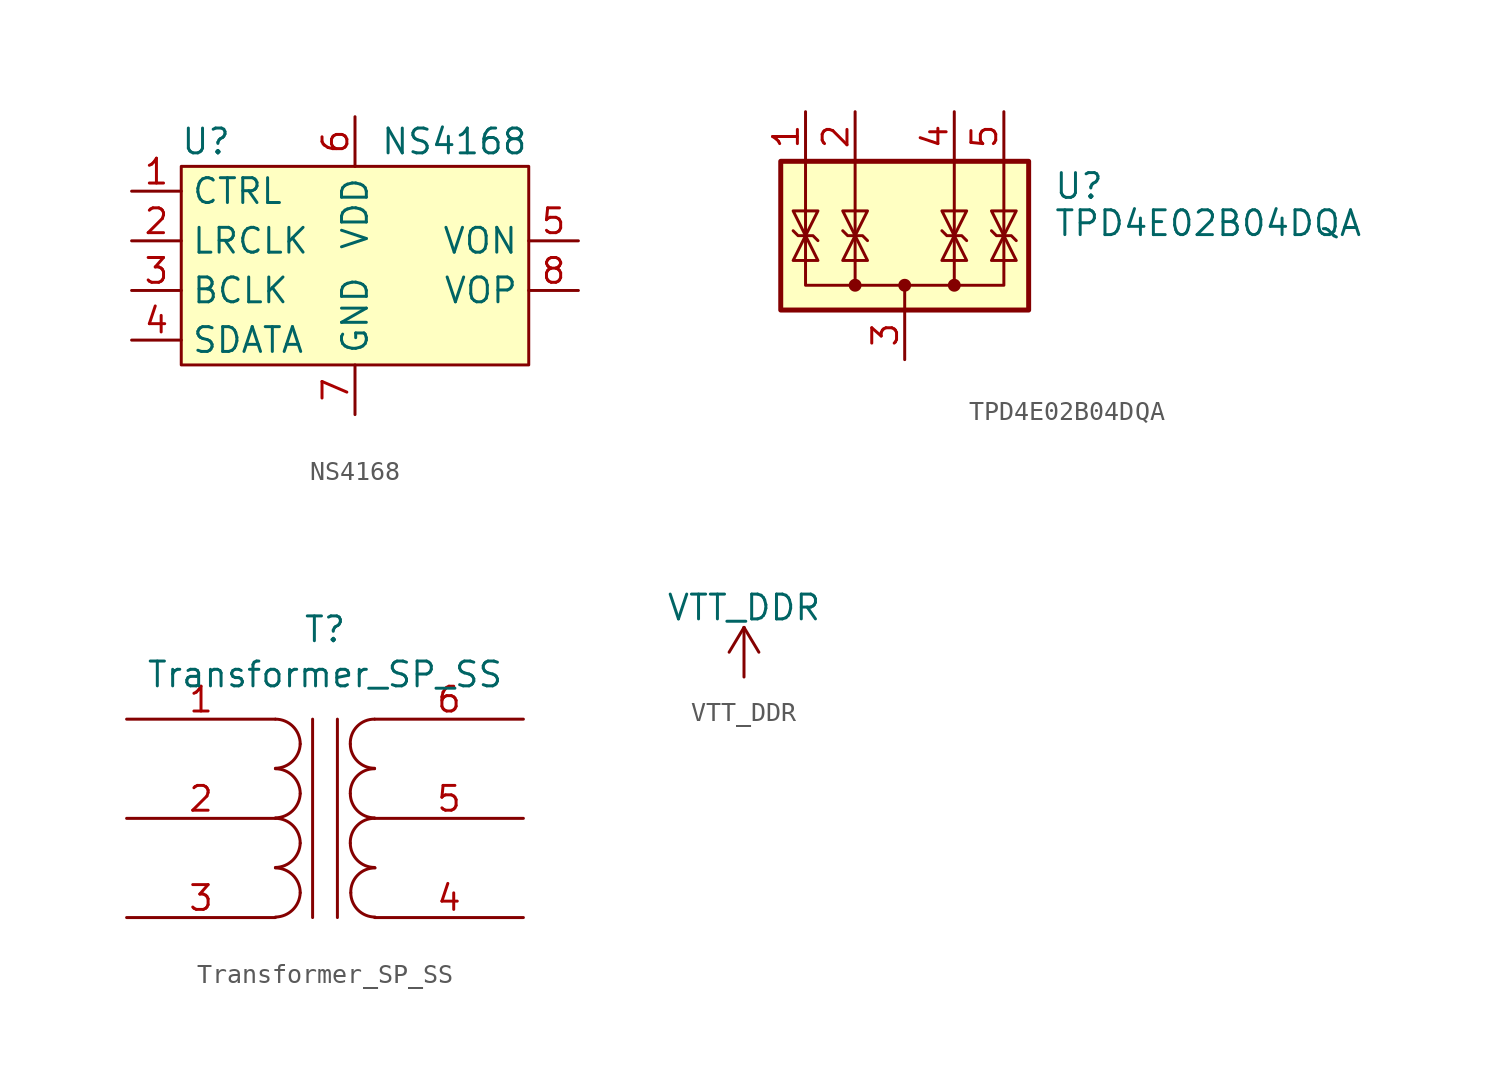
<source format=kicad_sym>
(kicad_symbol_lib
  (version 20211014)
  (generator kicad_symbol_editor)
  (symbol "NS4168"
    (property "Reference" "U"
      (at -7.62 6.35 0)
      (effects (font (size 1.27 1.27))))
    (property "Value" "NS4168"
      (at 5.08 6.35 0)
      (effects (font (size 1.27 1.27))))
    (symbol "NS4168_0_1"
      (rectangle (start -8.89 5.08) (end 8.89 -5.08) (stroke (width 0) (type default) (color 0 0 0 0)) (fill (type background))))
    (symbol "NS4168_1_1"
      (pin input line (at -11.43 3.81 0) (length 2.54) (name "CTRL" (effects (font (size 1.27 1.27)))) (number "1" (effects (font (size 1.27 1.27)))))
      (pin input line (at -11.43 1.27 0) (length 2.54) (name "LRCLK" (effects (font (size 1.27 1.27)))) (number "2" (effects (font (size 1.27 1.27)))))
      (pin input line (at -11.43 -1.27 0) (length 2.54) (name "BCLK" (effects (font (size 1.27 1.27)))) (number "3" (effects (font (size 1.27 1.27)))))
      (pin input line (at -11.43 -3.81 0) (length 2.54) (name "SDATA" (effects (font (size 1.27 1.27)))) (number "4" (effects (font (size 1.27 1.27)))))
      (pin output line (at 11.43 1.27 180) (length 2.54) (name "VON" (effects (font (size 1.27 1.27)))) (number "5" (effects (font (size 1.27 1.27)))))
      (pin power_in line (at 0 7.62 270) (length 2.54) (name "VDD" (effects (font (size 1.27 1.27)))) (number "6" (effects (font (size 1.27 1.27)))))
      (pin power_in line (at 0 -7.62 90) (length 2.54) (name "GND" (effects (font (size 1.27 1.27)))) (number "7" (effects (font (size 1.27 1.27)))))
      (pin output line (at 11.43 -1.27 180) (length 2.54) (name "VOP" (effects (font (size 1.27 1.27)))) (number "8" (effects (font (size 1.27 1.27)))))
      (pin power_in line (at 0 -7.62 90) (length 2.54) hide (name "GND" (effects (font (size 1.27 1.27)))) (number "9" (effects (font (size 1.27 1.27)))))))
  (symbol "TPD4E02B04DQA"
    (pin_names hide)
    (property "Reference" "U"
      (at 7.62 3.81 0)
      (effects (font (size 1.27 1.27)) (justify left)))
    (property "Value" "TPD4E02B04DQA"
      (at 7.62 1.905 0)
      (effects (font (size 1.27 1.27)) (justify left)))
    (symbol "TPD4E02B04DQA_0_0"
      (pin passive line (at 0 -5.08 90) (length 2.54) (name "G" (effects (font (size 1.27 1.27)))) (number "3" (effects (font (size 1.27 1.27))))))
    (symbol "TPD4E02B04DQA_0_1"
      (rectangle (start -6.35 5.08) (end 6.35 -2.54) (stroke (width 0.254) (type default) (color 0 0 0 0)) (fill (type background)))
      (circle (center 0 -1.27) (radius 0.254) (stroke (width 0) (type default) (color 0 0 0 0)) (fill (type outline)))
      (polyline (pts (xy -2.54 5.08) (xy -2.54 -1.27)) (stroke (width 0) (type default) (color 0 0 0 0)) (fill (type none)))
      (polyline (pts (xy 0 -1.27) (xy 0 -2.54)) (stroke (width 0) (type default) (color 0 0 0 0)) (fill (type none)))
      (polyline (pts (xy 2.54 5.08) (xy 2.54 -1.27)) (stroke (width 0) (type default) (color 0 0 0 0)) (fill (type none)))
      (polyline (pts (xy -5.08 5.08) (xy -5.08 -1.27) (xy 5.08 -1.27) (xy 5.08 5.08)) (stroke (width 0) (type default) (color 0 0 0 0)) (fill (type none)))
      (polyline (pts (xy -4.445 0) (xy -5.715 0) (xy -5.08 1.27) (xy -4.445 0)) (stroke (width 0) (type default) (color 0 0 0 0)) (fill (type none)))
      (polyline (pts (xy -3.175 1.524) (xy -2.921 1.27) (xy -2.159 1.27) (xy -1.905 1.016)) (stroke (width 0) (type default) (color 0 0 0 0)) (fill (type none)))
      (polyline (pts (xy -2.54 1.27) (xy -1.905 0) (xy -3.175 0) (xy -2.54 1.27)) (stroke (width 0) (type default) (color 0 0 0 0)) (fill (type none)))
      (polyline (pts (xy 2.54 1.27) (xy 1.905 0) (xy 3.175 0) (xy 2.54 1.27)) (stroke (width 0) (type default) (color 0 0 0 0)) (fill (type none)))
      (polyline (pts (xy 5.08 1.27) (xy 4.445 0) (xy 5.715 0) (xy 5.08 1.27)) (stroke (width 0) (type default) (color 0 0 0 0)) (fill (type none)))
      (circle (center 2.54 -1.27) (radius 0.254) (stroke (width 0) (type default) (color 0 0 0 0)) (fill (type outline))))
    (symbol "TPD4E02B04DQA_1_1"
      (circle (center -2.54 -1.27) (radius 0.254) (stroke (width 0) (type default) (color 0 0 0 0)) (fill (type outline)))
      (polyline (pts (xy -5.715 1.524) (xy -5.461 1.27) (xy -4.699 1.27) (xy -4.445 1.016)) (stroke (width 0) (type default) (color 0 0 0 0)) (fill (type none)))
      (polyline (pts (xy -5.08 1.27) (xy -5.715 2.54) (xy -4.445 2.54) (xy -5.08 1.27)) (stroke (width 0) (type default) (color 0 0 0 0)) (fill (type none)))
      (polyline (pts (xy -2.54 1.27) (xy -3.175 2.54) (xy -1.905 2.54) (xy -2.54 1.27)) (stroke (width 0) (type default) (color 0 0 0 0)) (fill (type none)))
      (polyline (pts (xy 1.905 1.524) (xy 2.159 1.27) (xy 2.921 1.27) (xy 3.175 1.016)) (stroke (width 0) (type default) (color 0 0 0 0)) (fill (type none)))
      (polyline (pts (xy 2.54 1.27) (xy 1.905 2.54) (xy 3.175 2.54) (xy 2.54 1.27)) (stroke (width 0) (type default) (color 0 0 0 0)) (fill (type none)))
      (polyline (pts (xy 4.445 1.524) (xy 4.699 1.27) (xy 5.461 1.27) (xy 5.715 1.016)) (stroke (width 0) (type default) (color 0 0 0 0)) (fill (type none)))
      (polyline (pts (xy 5.08 1.27) (xy 4.445 2.54) (xy 5.715 2.54) (xy 5.08 1.27)) (stroke (width 0) (type default) (color 0 0 0 0)) (fill (type none)))
      (pin passive line (at -5.08 7.62 270) (length 2.54) (name "IO1" (effects (font (size 1.27 1.27)))) (number "1" (effects (font (size 1.27 1.27)))))
      (pin passive line (at -5.08 7.62 270) (length 2.54) hide (name "IO1" (effects (font (size 1.27 1.27)))) (number "10" (effects (font (size 1.27 1.27)))))
      (pin passive line (at -2.54 7.62 270) (length 2.54) (name "IO2" (effects (font (size 1.27 1.27)))) (number "2" (effects (font (size 1.27 1.27)))))
      (pin passive line (at 2.54 7.62 270) (length 2.54) (name "IO3" (effects (font (size 1.27 1.27)))) (number "4" (effects (font (size 1.27 1.27)))))
      (pin passive line (at 5.08 7.62 270) (length 2.54) (name "IO4" (effects (font (size 1.27 1.27)))) (number "5" (effects (font (size 1.27 1.27)))))
      (pin passive line (at 5.08 7.62 270) (length 2.54) hide (name "IO4" (effects (font (size 1.27 1.27)))) (number "6" (effects (font (size 1.27 1.27)))))
      (pin passive line (at 2.54 7.62 270) (length 2.54) hide (name "IO3" (effects (font (size 1.27 1.27)))) (number "7" (effects (font (size 1.27 1.27)))))
      (pin passive line (at 0 -5.08 90) (length 2.54) hide (name "G" (effects (font (size 1.27 1.27)))) (number "8" (effects (font (size 1.27 1.27)))))
      (pin passive line (at -2.54 7.62 270) (length 2.54) hide (name "IO2" (effects (font (size 1.27 1.27)))) (number "9" (effects (font (size 1.27 1.27)))))))
  (symbol "Transformer_SP_SS"
    (pin_names
      (offset 1.016) hide)
    (property "Reference" "T"
      (at 0 9.677 0)
      (effects (font (size 1.27 1.27))))
    (property "Value" "Transformer_SP_SS"
      (at 0 7.366 0)
      (effects (font (size 1.27 1.27))))
    (symbol "Transformer_SP_SS_0_1"
      (arc (start -2.54 -5.0546) (mid -1.6561 -4.6863) (end -1.27 -3.81) (stroke (width 0) (type default) (color 0 0 0 0)) (fill (type none)))
      (arc (start -2.54 -2.5146) (mid -1.6561 -2.1463) (end -1.27 -1.27) (stroke (width 0) (type default) (color 0 0 0 0)) (fill (type none)))
      (arc (start -2.54 0.0254) (mid -1.6561 0.3937) (end -1.27 1.27) (stroke (width 0) (type default) (color 0 0 0 0)) (fill (type none)))
      (arc (start -2.54 2.5654) (mid -1.6561 2.9337) (end -1.27 3.81) (stroke (width 0) (type default) (color 0 0 0 0)) (fill (type none)))
      (arc (start -1.27 -3.81) (mid -1.642 -2.912) (end -2.54 -2.54) (stroke (width 0) (type default) (color 0 0 0 0)) (fill (type none)))
      (arc (start -1.27 -1.27) (mid -1.642 -0.372) (end -2.54 0) (stroke (width 0) (type default) (color 0 0 0 0)) (fill (type none)))
      (arc (start -1.27 1.27) (mid -1.642 2.168) (end -2.54 2.54) (stroke (width 0) (type default) (color 0 0 0 0)) (fill (type none)))
      (arc (start -1.27 3.81) (mid -1.642 4.708) (end -2.54 5.08) (stroke (width 0) (type default) (color 0 0 0 0)) (fill (type none)))
      (polyline (pts (xy -0.635 5.08) (xy -0.635 -5.08)) (stroke (width 0) (type default) (color 0 0 0 0)) (fill (type none)))
      (polyline (pts (xy 0.635 -5.08) (xy 0.635 5.08)) (stroke (width 0) (type default) (color 0 0 0 0)) (fill (type none)))
      (arc (start 1.2954 -1.27) (mid 1.6599 -2.1501) (end 2.54 -2.5146) (stroke (width 0) (type default) (color 0 0 0 0)) (fill (type none)))
      (arc (start 1.2954 1.27) (mid 1.6599 0.3899) (end 2.54 0.0254) (stroke (width 0) (type default) (color 0 0 0 0)) (fill (type none)))
      (arc (start 1.2954 3.81) (mid 1.6599 2.9299) (end 2.54 2.5654) (stroke (width 0) (type default) (color 0 0 0 0)) (fill (type none)))
      (arc (start 1.3208 -3.81) (mid 1.6853 -4.6901) (end 2.5654 -5.0546) (stroke (width 0) (type default) (color 0 0 0 0)) (fill (type none)))
      (arc (start 2.54 0) (mid 1.6456 -0.3683) (end 1.2954 -1.27) (stroke (width 0) (type default) (color 0 0 0 0)) (fill (type none)))
      (arc (start 2.54 2.54) (mid 1.6456 2.1717) (end 1.2954 1.27) (stroke (width 0) (type default) (color 0 0 0 0)) (fill (type none)))
      (arc (start 2.54 5.08) (mid 1.6456 4.7117) (end 1.2954 3.81) (stroke (width 0) (type default) (color 0 0 0 0)) (fill (type none)))
      (arc (start 2.5654 -2.54) (mid 1.671 -2.9083) (end 1.3208 -3.81) (stroke (width 0) (type default) (color 0 0 0 0)) (fill (type none))))
    (symbol "Transformer_SP_SS_1_1"
      (pin passive line (at -10.16 5.08 0) (length 7.62) (name "PR1" (effects (font (size 1.27 1.27)))) (number "1" (effects (font (size 1.27 1.27)))))
      (pin passive line (at -10.16 0 0) (length 7.62) (name "PM" (effects (font (size 1.27 1.27)))) (number "2" (effects (font (size 1.27 1.27)))))
      (pin passive line (at -10.16 -5.08 0) (length 7.62) (name "PR2" (effects (font (size 1.27 1.27)))) (number "3" (effects (font (size 1.27 1.27)))))
      (pin passive line (at 10.16 -5.08 180) (length 7.62) (name "S1" (effects (font (size 1.27 1.27)))) (number "4" (effects (font (size 1.27 1.27)))))
      (pin passive line (at 10.16 0 180) (length 7.62) (name "S2" (effects (font (size 1.27 1.27)))) (number "5" (effects (font (size 1.27 1.27)))))
      (pin passive line (at 10.16 5.08 180) (length 7.62) (name "S2" (effects (font (size 1.27 1.27)))) (number "6" (effects (font (size 1.27 1.27)))))))
  (symbol "VTT_DDR"
    (power)
    (pin_names
      (offset 0))
    (property "Reference" "#PWR"
      (at 0 -3.81 0)
      (effects (font (size 1.27 1.27)) hide))
    (property "Value" "VTT_DDR"
      (at 0 3.556 0)
      (effects (font (size 1.27 1.27))))
    (symbol "VTT_DDR_0_1"
      (polyline (pts (xy -0.762 1.27) (xy 0 2.54)) (stroke (width 0) (type default) (color 0 0 0 0)) (fill (type none)))
      (polyline (pts (xy 0 0) (xy 0 2.54)) (stroke (width 0) (type default) (color 0 0 0 0)) (fill (type none)))
      (polyline (pts (xy 0 2.54) (xy 0.762 1.27)) (stroke (width 0) (type default) (color 0 0 0 0)) (fill (type none))))
    (symbol "VTT_DDR_1_1"
      (pin power_in line (at 0 0 90) (length 0) hide (name "VTT_DDR" (effects (font (size 1.27 1.27)))) (number "1" (effects (font (size 1.27 1.27))))))))
</source>
